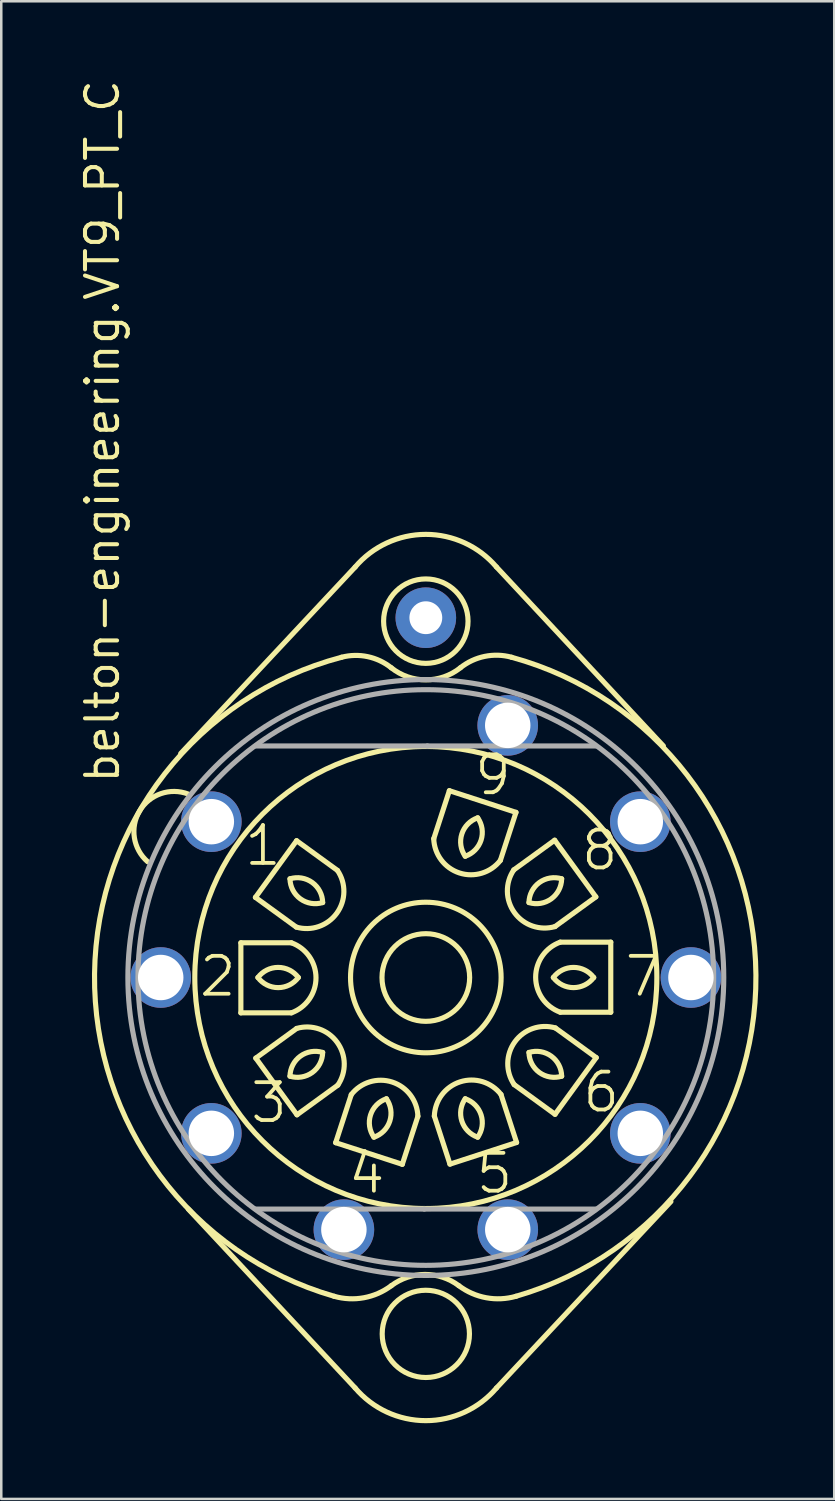
<source format=kicad_pcb>
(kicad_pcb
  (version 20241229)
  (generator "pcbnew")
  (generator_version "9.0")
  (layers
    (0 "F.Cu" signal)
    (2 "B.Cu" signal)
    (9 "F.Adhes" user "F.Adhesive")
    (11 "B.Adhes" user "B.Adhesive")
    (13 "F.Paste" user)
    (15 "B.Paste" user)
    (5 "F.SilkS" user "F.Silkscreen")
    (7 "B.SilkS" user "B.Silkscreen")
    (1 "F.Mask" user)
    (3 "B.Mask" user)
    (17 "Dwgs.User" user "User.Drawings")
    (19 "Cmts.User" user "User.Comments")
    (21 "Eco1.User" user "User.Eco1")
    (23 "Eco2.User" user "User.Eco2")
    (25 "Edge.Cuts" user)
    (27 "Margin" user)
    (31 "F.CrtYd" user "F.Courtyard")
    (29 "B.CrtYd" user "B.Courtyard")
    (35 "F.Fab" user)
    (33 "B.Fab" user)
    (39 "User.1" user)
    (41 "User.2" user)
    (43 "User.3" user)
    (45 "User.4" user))
  (footprint "belton-engineering.VT9_PT_C"
    (layer "F.Cu")
    (at 13.815 35.665)
    (property "Reference" "belton-engineering.VT9_PT_C" (at -12.065 -7.62 90) (layer "F.SilkS") (effects (font (size 1.27 1.27) (thickness 0.16)) (justify left bottom)))
    (attr through_hole)
    (fp_line (start -9.707 -8.873) (end -2.799 -16.257) (stroke (width 0.203) (type default)) (layer "F.SilkS"))
    (fp_line (start -7.325 -1.375) (end -5.325 -1.375) (stroke (width 0.203) (type default)) (layer "F.SilkS"))
    (fp_line (start -7.325 1.4) (end -7.325 -1.375) (stroke (width 0.203) (type default)) (layer "F.SilkS"))
    (fp_line (start -7.325 1.4) (end -5.325 1.4) (stroke (width 0.203) (type default)) (layer "F.SilkS"))
    (fp_line (start -6.749 -3.173) (end -5.131 -1.997) (stroke (width 0.203) (type default)) (layer "F.SilkS"))
    (fp_line (start -6.749 -3.173) (end -5.118 -5.418) (stroke (width 0.203) (type default)) (layer "F.SilkS"))
    (fp_line (start -6.734 3.193) (end -5.116 2.018) (stroke (width 0.203) (type default)) (layer "F.SilkS"))
    (fp_line (start -5.118 -5.418) (end -3.5 -4.242) (stroke (width 0.203) (type default)) (layer "F.SilkS"))
    (fp_line (start -5.103 5.438) (end -6.734 3.193) (stroke (width 0.203) (type default)) (layer "F.SilkS"))
    (fp_line (start -5.103 5.438) (end -3.485 4.263) (stroke (width 0.203) (type default)) (layer "F.SilkS"))
    (fp_line (start -3.571 6.542) (end -2.953 4.639) (stroke (width 0.203) (type default)) (layer "F.SilkS"))
    (fp_line (start -2.799 16.257) (end -9.409 9.171) (stroke (width 0.203) (type default)) (layer "F.SilkS"))
    (fp_line (start -0.932 7.399) (end -3.571 6.542) (stroke (width 0.203) (type default)) (layer "F.SilkS"))
    (fp_line (start -0.932 7.399) (end -0.314 5.497) (stroke (width 0.203) (type default)) (layer "F.SilkS"))
    (fp_line (start 0.932 -7.399) (end 0.314 -5.497) (stroke (width 0.203) (type default)) (layer "F.SilkS"))
    (fp_line (start 0.932 -7.399) (end 3.571 -6.541) (stroke (width 0.203) (type default)) (layer "F.SilkS"))
    (fp_line (start 0.956 7.391) (end 0.338 5.489) (stroke (width 0.203) (type default)) (layer "F.SilkS"))
    (fp_line (start 2.799 -16.257) (end 9.409 -9.171) (stroke (width 0.203) (type default)) (layer "F.SilkS"))
    (fp_line (start 3.571 -6.541) (end 2.953 -4.639) (stroke (width 0.203) (type default)) (layer "F.SilkS"))
    (fp_line (start 3.595 6.534) (end 0.956 7.391) (stroke (width 0.203) (type default)) (layer "F.SilkS"))
    (fp_line (start 3.595 6.534) (end 2.977 4.632) (stroke (width 0.203) (type default)) (layer "F.SilkS"))
    (fp_line (start 5.103 -5.438) (end 3.485 -4.263) (stroke (width 0.203) (type default)) (layer "F.SilkS"))
    (fp_line (start 5.103 -5.438) (end 6.734 -3.193) (stroke (width 0.203) (type default)) (layer "F.SilkS"))
    (fp_line (start 5.118 5.418) (end 3.5 4.242) (stroke (width 0.203) (type default)) (layer "F.SilkS"))
    (fp_line (start 6.734 -3.193) (end 5.116 -2.017) (stroke (width 0.203) (type default)) (layer "F.SilkS"))
    (fp_line (start 6.749 3.173) (end 5.118 5.418) (stroke (width 0.203) (type default)) (layer "F.SilkS"))
    (fp_line (start 6.749 3.173) (end 5.131 1.997) (stroke (width 0.203) (type default)) (layer "F.SilkS"))
    (fp_line (start 7.325 -1.4) (end 5.325 -1.4) (stroke (width 0.203) (type default)) (layer "F.SilkS"))
    (fp_line (start 7.325 -1.4) (end 7.325 1.375) (stroke (width 0.203) (type default)) (layer "F.SilkS"))
    (fp_line (start 7.325 1.375) (end 5.325 1.375) (stroke (width 0.203) (type default)) (layer "F.SilkS"))
    (fp_line (start 9.707 8.873) (end 2.799 16.257) (stroke (width 0.203) (type default)) (layer "F.SilkS"))
    (fp_arc (start -11.0169 -4.5854) (mid -11.335708 -6.598891) (end -9.4091 -7.2652) (stroke (width 0.2032) (type default)) (layer "F.SilkS"))
    (fp_arc (start -6.65 0) (mid -5.85 -0.40032) (end -5.05 0) (stroke (width 0.2032) (type default)) (layer "F.SilkS"))
    (fp_arc (start -5.3799 -3.9087) (mid -4.497426 -3.76234) (end -4.0855 -2.9683) (stroke (width 0.2032) (type default)) (layer "F.SilkS"))
    (fp_arc (start -5.3799 3.9087) (mid -4.967974 3.11466) (end -4.0855 2.9683) (stroke (width 0.2032) (type default)) (layer "F.SilkS"))
    (fp_arc (start -5.325 -1.375) (mid -4.349961 0.0125) (end -5.325 1.4) (stroke (width 0.2032) (type default)) (layer "F.SilkS"))
    (fp_arc (start -5.1162 2.0175) (mid -3.511827 2.566882) (end -3.4851 4.2625) (stroke (width 0.2032) (type default)) (layer "F.SilkS"))
    (fp_arc (start -5.05 0) (mid -5.85 0.40032) (end -6.65 0) (stroke (width 0.2032) (type default)) (layer "F.SilkS"))
    (fp_arc (start -4.0855 -2.9683) (mid -4.967974 -3.11466) (end -5.3799 -3.9087) (stroke (width 0.2032) (type default)) (layer "F.SilkS"))
    (fp_arc (start -4.0855 2.9683) (mid -4.497426 3.76234) (end -5.3799 3.9087) (stroke (width 0.2032) (type default)) (layer "F.SilkS"))
    (fp_arc (start -3.6326 12.6248) (mid -13.120673 -0.143155) (end -3.3349 -12.6844) (stroke (width 0.2032) (type default)) (layer "F.SilkS"))
    (fp_arc (start -3.4998 -4.2423) (mid -3.526527 -2.546682) (end -5.1309 -1.9973) (stroke (width 0.2032) (type default)) (layer "F.SilkS"))
    (fp_arc (start -3.3349 -12.6844) (mid -2.303077 -12.707979) (end -1.3697 -12.2675) (stroke (width 0.2032) (type default)) (layer "F.SilkS"))
    (fp_arc (start -2.9532 4.6394) (mid -1.332305 4.140829) (end -0.314 5.4969) (stroke (width 0.2032) (type default)) (layer "F.SilkS"))
    (fp_arc (start -2.7989 -16.2574) (mid 0 -17.550797) (end 2.7989 -16.2574) (stroke (width 0.2032) (type default)) (layer "F.SilkS"))
    (fp_arc (start -2.0549 6.3245) (mid -2.18842 5.439954) (end -1.5605 4.8028) (stroke (width 0.2032) (type default)) (layer "F.SilkS"))
    (fp_arc (start -1.5605 4.8028) (mid -1.42698 5.687346) (end -2.0549 6.3245) (stroke (width 0.2032) (type default)) (layer "F.SilkS"))
    (fp_arc (start -1.3697 12.208) (mid -2.452023 12.68312) (end -3.6326 12.6248) (stroke (width 0.2032) (type default)) (layer "F.SilkS"))
    (fp_arc (start -1.3697 12.208) (mid -0.0298 11.760137) (end 1.3101 12.208) (stroke (width 0.2032) (type default)) (layer "F.SilkS"))
    (fp_arc (start 0.3377 5.4892) (mid 1.355959 4.133045) (end 2.9769 4.6316) (stroke (width 0.2032) (type default)) (layer "F.SilkS"))
    (fp_arc (start 1.3697 -12.2675) (mid 0 -11.788494) (end -1.3697 -12.2675) (stroke (width 0.2032) (type default)) (layer "F.SilkS"))
    (fp_arc (start 1.3697 -12.2675) (mid 2.332167 -12.718211) (end 3.3944 -12.6844) (stroke (width 0.2032) (type default)) (layer "F.SilkS"))
    (fp_arc (start 1.5604 -4.8027) (mid 1.42692 -5.687191) (end 2.0548 -6.3243) (stroke (width 0.2032) (type default)) (layer "F.SilkS"))
    (fp_arc (start 1.5605 4.8027) (mid 2.18842 5.439854) (end 2.0549 6.3244) (stroke (width 0.2032) (type default)) (layer "F.SilkS"))
    (fp_arc (start 2.0548 -6.3243) (mid 2.18824 -5.439822) (end 1.5604 -4.8027) (stroke (width 0.2032) (type default)) (layer "F.SilkS"))
    (fp_arc (start 2.0549 6.3244) (mid 1.42698 5.687246) (end 1.5605 4.8027) (stroke (width 0.2032) (type default)) (layer "F.SilkS"))
    (fp_arc (start 2.7989 16.2574) (mid 0 17.550797) (end -2.7989 16.2574) (stroke (width 0.2032) (type default)) (layer "F.SilkS"))
    (fp_arc (start 2.9532 -4.6392) (mid 1.332184 -4.140532) (end 0.3139 -5.4968) (stroke (width 0.2032) (type default)) (layer "F.SilkS"))
    (fp_arc (start 3.3944 -12.6844) (mid 13.074053 -0.097514) (end 3.5731 12.6248) (stroke (width 0.2032) (type default)) (layer "F.SilkS"))
    (fp_arc (start 3.4997 4.2423) (mid 3.526379 2.546623) (end 5.1308 1.9972) (stroke (width 0.2032) (type default)) (layer "F.SilkS"))
    (fp_arc (start 3.5731 12.6248) (mid 2.392475 12.683121) (end 1.3101 12.208) (stroke (width 0.2032) (type default)) (layer "F.SilkS"))
    (fp_arc (start 4.0854 -2.9683) (mid 4.497326 -3.76234) (end 5.3798 -3.9087) (stroke (width 0.2032) (type default)) (layer "F.SilkS"))
    (fp_arc (start 4.0855 2.9682) (mid 4.968014 3.11459) (end 5.3799 3.9087) (stroke (width 0.2032) (type default)) (layer "F.SilkS"))
    (fp_arc (start 5.0499 0) (mid 5.8499 -0.40036) (end 6.6499 0) (stroke (width 0.2032) (type default)) (layer "F.SilkS"))
    (fp_arc (start 5.1161 -2.0174) (mid 3.511596 -2.566764) (end 3.4849 -4.2625) (stroke (width 0.2032) (type default)) (layer "F.SilkS"))
    (fp_arc (start 5.3248 1.375) (mid 4.349761 -0.0125) (end 5.3248 -1.4) (stroke (width 0.2032) (type default)) (layer "F.SilkS"))
    (fp_arc (start 5.3798 -3.9087) (mid 4.967845 -3.1147) (end 4.0854 -2.9683) (stroke (width 0.2032) (type default)) (layer "F.SilkS"))
    (fp_arc (start 5.3799 3.9087) (mid 4.497415 3.76227) (end 4.0855 2.9682) (stroke (width 0.2032) (type default)) (layer "F.SilkS"))
    (fp_arc (start 6.6499 0) (mid 5.8499 0.40028) (end 5.0499 0) (stroke (width 0.2032) (type default)) (layer "F.SilkS"))
    (fp_circle (center 0 -14.114) (end 1.672 -14.114) (stroke (width 0.203) (type default)) (fill no) (layer "F.SilkS"))
    (fp_circle (center 0 0) (end 1.736 0) (stroke (width 0.203) (type default)) (fill no) (layer "F.SilkS"))
    (fp_circle (center 0 0) (end 2.982 0) (stroke (width 0.203) (type default)) (fill no) (layer "F.SilkS"))
    (fp_circle (center 0 0) (end 9.15 0) (stroke (width 0.203) (type default)) (fill no) (layer "F.SilkS"))
    (fp_circle (center 0 14.114) (end 1.728 14.114) (stroke (width 0.203) (type default)) (fill no) (layer "F.SilkS"))
    (fp_line (start -0.06 9.171) (end -6.729 9.171) (stroke (width 0.203) (type default)) (layer "F.Fab"))
    (fp_line (start -0.06 9.171) (end 6.729 9.171) (stroke (width 0.203) (type default)) (layer "F.Fab"))
    (fp_line (start 0.06 -9.171) (end -6.729 -9.171) (stroke (width 0.203) (type default)) (layer "F.Fab"))
    (fp_line (start 0.06 -9.171) (end 6.729 -9.171) (stroke (width 0.203) (type default)) (layer "F.Fab"))
    (fp_circle (center 0 0) (end 11.4 0) (stroke (width 0.203) (type default)) (fill no) (layer "F.Fab"))
    (fp_circle (center 0 0) (end 11.8 0) (stroke (width 0.203) (type default)) (fill no) (layer "F.Fab"))
    (fp_text user "9" (at 1.846 -7.146 0) (layer "F.SilkS") (effects (font (size 1.5 1.5) (thickness 0.15)) (justify left bottom)))
    (fp_text user "6" (at 6.134 5.419 0) (layer "F.SilkS") (effects (font (size 1.5 1.5) (thickness 0.15)) (justify left bottom)))
    (fp_text user "8" (at 6.074 -4.169 0) (layer "F.SilkS") (effects (font (size 1.5 1.5) (thickness 0.15)) (justify left bottom)))
    (fp_text user "7" (at 7.801 0.834 0) (layer "F.SilkS") (effects (font (size 1.5 1.5) (thickness 0.15)) (justify left bottom)))
    (fp_text user "3" (at -7.027 5.836 0) (layer "F.SilkS") (effects (font (size 1.5 1.5) (thickness 0.15)) (justify left bottom)))
    (fp_text user "1" (at -7.265 -4.347 0) (layer "F.SilkS") (effects (font (size 1.5 1.5) (thickness 0.15)) (justify left bottom)))
    (fp_text user "2" (at -9.052 0.834 0) (layer "F.SilkS") (effects (font (size 1.5 1.5) (thickness 0.15)) (justify left bottom)))
    (fp_text user "4" (at -3.156 8.635 0) (layer "F.SilkS") (effects (font (size 1.5 1.5) (thickness 0.15)) (justify left bottom)))
    (fp_text user "5" (at 1.906 8.635 0) (layer "F.SilkS") (effects (font (size 1.5 1.5) (thickness 0.15)) (justify left bottom)))
    (pad "1" thru_hole circle (at -8.495 -6.172 342) (size 2.4 2.4) (drill 1.8) (layers "*.Cu" "*.Mask"))
    (pad "2" thru_hole circle (at -10.5 0 90) (size 2.4 2.4) (drill 1.8) (layers "*.Cu" "*.Mask"))
    (pad "3" thru_hole circle (at -8.495 6.172 126) (size 2.4 2.4) (drill 1.8) (layers "*.Cu" "*.Mask"))
    (pad "4" thru_hole circle (at -3.245 9.986 162) (size 2.4 2.4) (drill 1.8) (layers "*.Cu" "*.Mask"))
    (pad "5" thru_hole circle (at 3.245 9.986 198) (size 2.4 2.4) (drill 1.8) (layers "*.Cu" "*.Mask"))
    (pad "6" thru_hole circle (at 8.495 6.172 234) (size 2.4 2.4) (drill 1.8) (layers "*.Cu" "*.Mask"))
    (pad "7" thru_hole circle (at 10.5 0 270) (size 2.4 2.4) (drill 1.8) (layers "*.Cu" "*.Mask"))
    (pad "8" thru_hole circle (at 8.495 -6.172 306) (size 2.4 2.4) (drill 1.8) (layers "*.Cu" "*.Mask"))
    (pad "9" thru_hole circle (at 3.244 -9.986 342) (size 2.4 2.4) (drill 1.8) (layers "*.Cu" "*.Mask"))
    (pad "G" thru_hole circle (at 0 -14.25) (size 2.4 2.4) (drill 1.3) (layers "*.Cu" "*.Mask")))
  (gr_rect
    (start -3 -3)
    (end 29.991 56.317)
    (stroke (width 0.1) (type default))
    (fill no)
    (layer "Edge.Cuts")))
</source>
